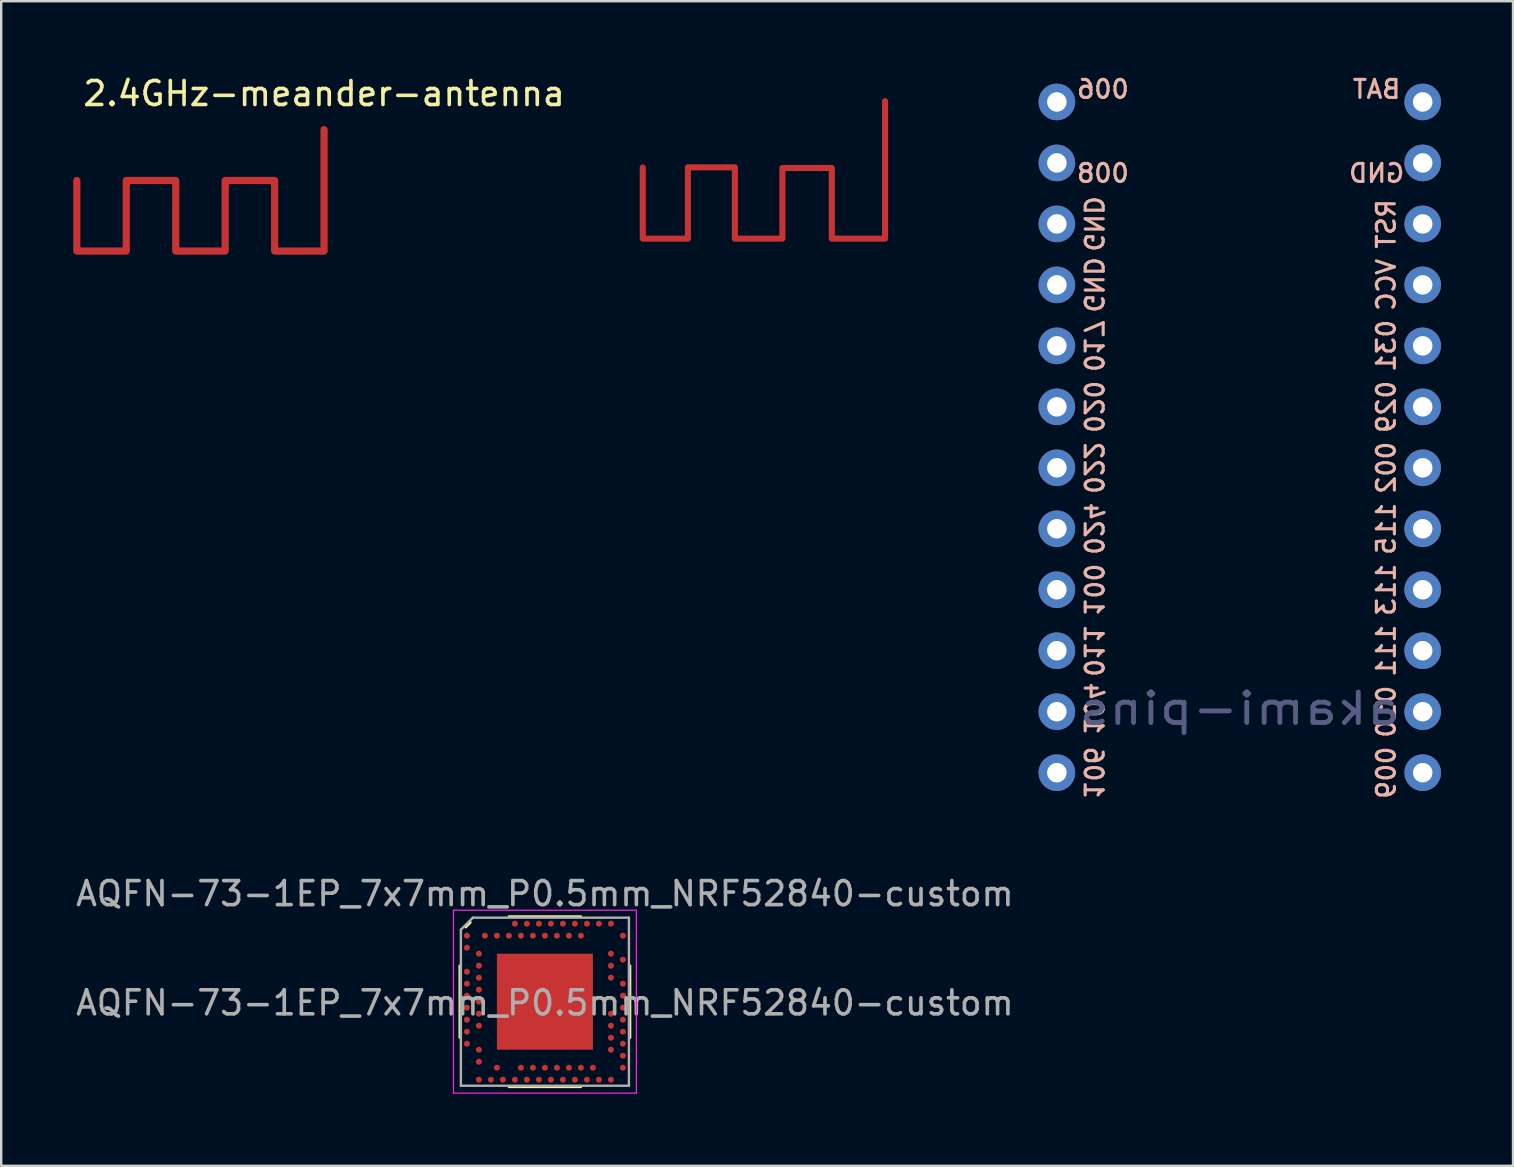
<source format=kicad_pcb>
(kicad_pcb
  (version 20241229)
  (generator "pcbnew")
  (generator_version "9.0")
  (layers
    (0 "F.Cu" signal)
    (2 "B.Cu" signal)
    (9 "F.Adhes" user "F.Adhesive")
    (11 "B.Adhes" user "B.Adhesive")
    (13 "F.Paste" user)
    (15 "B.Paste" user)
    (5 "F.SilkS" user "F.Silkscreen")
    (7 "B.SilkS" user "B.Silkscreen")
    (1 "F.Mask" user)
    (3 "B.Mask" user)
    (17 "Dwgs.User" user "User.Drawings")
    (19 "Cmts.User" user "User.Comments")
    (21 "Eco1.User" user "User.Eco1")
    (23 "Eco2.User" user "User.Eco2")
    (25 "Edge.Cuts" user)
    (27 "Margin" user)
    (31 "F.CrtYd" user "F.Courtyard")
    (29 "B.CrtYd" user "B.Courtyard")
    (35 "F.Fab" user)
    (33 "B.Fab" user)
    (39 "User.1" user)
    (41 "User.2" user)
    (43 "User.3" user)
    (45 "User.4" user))
  (footprint "AQFN-73-1EP_7x7mm_P0.5mm_NRF52840-custom"
    (layer "F.Cu")
    (at 19.649 38.677)
    (property "Reference" "AQFN-73-1EP_7x7mm_P0.5mm_NRF52840-custom" (at 0 -4.5 0) (layer "F.Fab") (effects (font (size 1 1) (thickness 0.15))))
    (attr smd)
    (fp_line (start -3.55 1.5) (end -3.55 -1.5) (stroke (width 0.1) (type solid)) (layer "F.SilkS"))
    (fp_line (start -3.3 -3.1) (end -3.1 -3.3) (stroke (width 0.1) (type solid)) (layer "F.SilkS"))
    (fp_line (start -1.5 -3.55) (end 1.5 -3.55) (stroke (width 0.1) (type solid)) (layer "F.SilkS"))
    (fp_line (start 1.5 3.55) (end -1.5 3.55) (stroke (width 0.1) (type solid)) (layer "F.SilkS"))
    (fp_line (start 3.55 -1.5) (end 3.55 1.5) (stroke (width 0.1) (type solid)) (layer "F.SilkS"))
    (fp_line (start -3.81 -3.81) (end 3.81 -3.81) (stroke (width 0.05) (type solid)) (layer "F.CrtYd"))
    (fp_line (start -3.81 3.81) (end -3.81 -3.81) (stroke (width 0.05) (type solid)) (layer "F.CrtYd"))
    (fp_line (start 3.81 -3.81) (end 3.81 3.81) (stroke (width 0.05) (type solid)) (layer "F.CrtYd"))
    (fp_line (start 3.81 3.81) (end -3.81 3.81) (stroke (width 0.05) (type solid)) (layer "F.CrtYd"))
    (fp_line (start -3.5 -3) (end -3.5 3.5) (stroke (width 0.1) (type solid)) (layer "F.Fab"))
    (fp_line (start -3.5 -3) (end -3 -3.5) (stroke (width 0.1) (type solid)) (layer "F.Fab"))
    (fp_line (start -3.5 3.5) (end 3.5 3.5) (stroke (width 0.1) (type solid)) (layer "F.Fab"))
    (fp_line (start -3 -3.5) (end 3.5 -3.5) (stroke (width 0.1) (type solid)) (layer "F.Fab"))
    (fp_line (start 3.5 -3.5) (end 3.5 3.5) (stroke (width 0.1) (type solid)) (layer "F.Fab"))
    (fp_text user "${REFERENCE}" (at 0 0.05 0) (layer "F.Fab") (effects (font (size 1 1) (thickness 0.15))))
    (pad "" smd roundrect (at -1.5 -1.5 180) (size 0.575 0.575) (layers "F.Paste") (roundrect_rratio 0.15))
    (pad "" smd roundrect (at -1.5 -0.5 180) (size 0.575 0.575) (layers "F.Paste") (roundrect_rratio 0.15))
    (pad "" smd roundrect (at -1.5 0.5 180) (size 0.575 0.575) (layers "F.Paste") (roundrect_rratio 0.15))
    (pad "" smd roundrect (at -1.5 1.5 180) (size 0.575 0.575) (layers "F.Paste") (roundrect_rratio 0.15))
    (pad "" smd roundrect (at -0.5 -1.5 180) (size 0.575 0.575) (layers "F.Paste") (roundrect_rratio 0.15))
    (pad "" smd roundrect (at -0.5 -0.5 180) (size 0.575 0.575) (layers "F.Paste") (roundrect_rratio 0.15))
    (pad "" smd roundrect (at -0.5 0.5 180) (size 0.575 0.575) (layers "F.Paste") (roundrect_rratio 0.15))
    (pad "" smd roundrect (at -0.5 1.5 180) (size 0.575 0.575) (layers "F.Paste") (roundrect_rratio 0.15))
    (pad "" smd roundrect (at 0.5 -1.5 180) (size 0.575 0.575) (layers "F.Paste") (roundrect_rratio 0.15))
    (pad "" smd roundrect (at 0.5 -0.5 180) (size 0.575 0.575) (layers "F.Paste") (roundrect_rratio 0.15))
    (pad "" smd roundrect (at 0.5 0.5 180) (size 0.575 0.575) (layers "F.Paste") (roundrect_rratio 0.15))
    (pad "" smd roundrect (at 0.5 1.5 180) (size 0.575 0.575) (layers "F.Paste") (roundrect_rratio 0.15))
    (pad "" smd roundrect (at 1.5 -1.5 180) (size 0.575 0.575) (layers "F.Paste") (roundrect_rratio 0.15))
    (pad "" smd roundrect (at 1.5 -0.5 180) (size 0.575 0.575) (layers "F.Paste") (roundrect_rratio 0.15))
    (pad "" smd roundrect (at 1.5 0.5 180) (size 0.575 0.575) (layers "F.Paste") (roundrect_rratio 0.15))
    (pad "" smd roundrect (at 1.5 1.5 180) (size 0.575 0.575) (layers "F.Paste") (roundrect_rratio 0.15))
    (pad "A8" smd circle (at -1.25 -3.25 180) (size 0.25 0.25) (layers "F.Cu" "F.Mask" "F.Paste"))
    (pad "A10" smd circle (at -0.75 -3.25 180) (size 0.25 0.25) (layers "F.Cu" "F.Mask" "F.Paste"))
    (pad "A12" smd circle (at -0.25 -3.25 180) (size 0.25 0.25) (layers "F.Cu" "F.Mask" "F.Paste"))
    (pad "A14" smd circle (at 0.25 -3.25 180) (size 0.25 0.25) (layers "F.Cu" "F.Mask" "F.Paste"))
    (pad "A16" smd circle (at 0.75 -3.25 180) (size 0.25 0.25) (layers "F.Cu" "F.Mask" "F.Paste"))
    (pad "A18" smd circle (at 1.25 -3.25 180) (size 0.25 0.25) (layers "F.Cu" "F.Mask" "F.Paste"))
    (pad "A20" smd circle (at 1.75 -3.25 180) (size 0.25 0.25) (layers "F.Cu" "F.Mask" "F.Paste"))
    (pad "A22" smd circle (at 2.25 -3.25 180) (size 0.25 0.25) (layers "F.Cu" "F.Mask" "F.Paste"))
    (pad "A23" smd circle (at 2.75 -3.25 180) (size 0.25 0.25) (layers "F.Cu" "F.Mask" "F.Paste"))
    (pad "AA24" smd circle (at 3.25 2.25 180) (size 0.25 0.25) (layers "F.Cu" "F.Mask" "F.Paste"))
    (pad "AB2" smd circle (at -2.75 2.5 180) (size 0.25 0.25) (layers "F.Cu" "F.Mask" "F.Paste"))
    (pad "AC5" smd circle (at -2 2.75 180) (size 0.25 0.25) (layers "F.Cu" "F.Mask" "F.Paste"))
    (pad "AC9" smd circle (at -1 2.75 180) (size 0.25 0.25) (layers "F.Cu" "F.Mask" "F.Paste"))
    (pad "AC11" smd circle (at -0.5 2.75 180) (size 0.25 0.25) (layers "F.Cu" "F.Mask" "F.Paste"))
    (pad "AC13" smd circle (at 0 2.75 180) (size 0.25 0.25) (layers "F.Cu" "F.Mask" "F.Paste"))
    (pad "AC15" smd circle (at 0.5 2.75 180) (size 0.25 0.25) (layers "F.Cu" "F.Mask" "F.Paste"))
    (pad "AC17" smd circle (at 1 2.75 180) (size 0.25 0.25) (layers "F.Cu" "F.Mask" "F.Paste"))
    (pad "AC19" smd circle (at 1.5 2.75 180) (size 0.25 0.25) (layers "F.Cu" "F.Mask" "F.Paste"))
    (pad "AC21" smd circle (at 2 2.75 180) (size 0.25 0.25) (layers "F.Cu" "F.Mask" "F.Paste"))
    (pad "AC24" smd circle (at 3.25 2.75 180) (size 0.25 0.25) (layers "F.Cu" "F.Mask" "F.Paste"))
    (pad "AD2" smd circle (at -2.75 3.25 180) (size 0.25 0.25) (layers "F.Cu" "F.Mask" "F.Paste"))
    (pad "AD4" smd circle (at -2.25 3.25 180) (size 0.25 0.25) (layers "F.Cu" "F.Mask" "F.Paste"))
    (pad "AD6" smd circle (at -1.75 3.25 180) (size 0.25 0.25) (layers "F.Cu" "F.Mask" "F.Paste"))
    (pad "AD8" smd circle (at -1.25 3.25 180) (size 0.25 0.25) (layers "F.Cu" "F.Mask" "F.Paste"))
    (pad "AD10" smd circle (at -0.75 3.25 180) (size 0.25 0.25) (layers "F.Cu" "F.Mask" "F.Paste"))
    (pad "AD12" smd circle (at -0.25 3.25 180) (size 0.25 0.25) (layers "F.Cu" "F.Mask" "F.Paste"))
    (pad "AD14" smd circle (at 0.25 3.25 180) (size 0.25 0.25) (layers "F.Cu" "F.Mask" "F.Paste"))
    (pad "AD16" smd circle (at 0.75 3.25 180) (size 0.25 0.25) (layers "F.Cu" "F.Mask" "F.Paste"))
    (pad "AD18" smd circle (at 1.25 3.25 180) (size 0.25 0.25) (layers "F.Cu" "F.Mask" "F.Paste"))
    (pad "AD20" smd circle (at 1.75 3.25 180) (size 0.25 0.25) (layers "F.Cu" "F.Mask" "F.Paste"))
    (pad "AD22" smd circle (at 2.25 3.25 180) (size 0.25 0.25) (layers "F.Cu" "F.Mask" "F.Paste"))
    (pad "AD23" smd circle (at 2.75 3.25 180) (size 0.25 0.25) (layers "F.Cu" "F.Mask" "F.Paste"))
    (pad "B1" smd circle (at -3.25 -2.75 180) (size 0.25 0.25) (layers "F.Cu" "F.Mask" "F.Paste"))
    (pad "B3" smd circle (at -2.5 -2.75 180) (size 0.25 0.25) (layers "F.Cu" "F.Mask" "F.Paste"))
    (pad "B5" smd circle (at -2 -2.75 180) (size 0.25 0.25) (layers "F.Cu" "F.Mask" "F.Paste"))
    (pad "B7" smd circle (at -1.5 -2.75 180) (size 0.25 0.25) (layers "F.Cu" "F.Mask" "F.Paste"))
    (pad "B9" smd circle (at -1 -2.75 180) (size 0.25 0.25) (layers "F.Cu" "F.Mask" "F.Paste"))
    (pad "B11" smd circle (at -0.5 -2.75 180) (size 0.25 0.25) (layers "F.Cu" "F.Mask" "F.Paste"))
    (pad "B13" smd circle (at 0 -2.75 180) (size 0.25 0.25) (layers "F.Cu" "F.Mask" "F.Paste"))
    (pad "B15" smd circle (at 0.5 -2.75 180) (size 0.25 0.25) (layers "F.Cu" "F.Mask" "F.Paste"))
    (pad "B17" smd circle (at 1 -2.75 180) (size 0.25 0.25) (layers "F.Cu" "F.Mask" "F.Paste"))
    (pad "B19" smd circle (at 1.5 -2.75 180) (size 0.25 0.25) (layers "F.Cu" "F.Mask" "F.Paste"))
    (pad "B24" smd circle (at 3.25 -2.75 180) (size 0.25 0.25) (layers "F.Cu" "F.Mask" "F.Paste"))
    (pad "C1" smd circle (at -3.25 -2.25 180) (size 0.25 0.25) (layers "F.Cu" "F.Mask" "F.Paste"))
    (pad "D2" smd circle (at -2.75 -2 180) (size 0.25 0.25) (layers "F.Cu" "F.Mask" "F.Paste"))
    (pad "D23" smd circle (at 2.75 -2 180) (size 0.25 0.25) (layers "F.Cu" "F.Mask" "F.Paste"))
    (pad "E24" smd circle (at 3.25 -1.75 180) (size 0.25 0.25) (layers "F.Cu" "F.Mask" "F.Paste"))
    (pad "EP" smd rect (at 0 0 180) (size 4 4) (layers "F.Cu" "F.Mask"))
    (pad "F2" smd circle (at -2.75 -1.5 180) (size 0.25 0.25) (layers "F.Cu" "F.Mask" "F.Paste"))
    (pad "F23" smd circle (at 2.75 -1.5 180) (size 0.25 0.25) (layers "F.Cu" "F.Mask" "F.Paste"))
    (pad "G1" smd circle (at -3.25 -1.25 180) (size 0.25 0.25) (layers "F.Cu" "F.Mask" "F.Paste"))
    (pad "H2" smd circle (at -2.75 -1 180) (size 0.25 0.25) (layers "F.Cu" "F.Mask" "F.Paste"))
    (pad "H23" smd circle (at 2.75 -1 180) (size 0.25 0.25) (layers "F.Cu" "F.Mask" "F.Paste"))
    (pad "J1" smd circle (at -3.25 -0.75 180) (size 0.25 0.25) (layers "F.Cu" "F.Mask" "F.Paste"))
    (pad "J24" smd circle (at 3.25 -0.75 180) (size 0.25 0.25) (layers "F.Cu" "F.Mask" "F.Paste"))
    (pad "K2" smd circle (at -2.75 -0.5 180) (size 0.25 0.25) (layers "F.Cu" "F.Mask" "F.Paste"))
    (pad "L1" smd circle (at -3.25 -0.25 180) (size 0.25 0.25) (layers "F.Cu" "F.Mask" "F.Paste"))
    (pad "L24" smd circle (at 3.25 -0.25 180) (size 0.25 0.25) (layers "F.Cu" "F.Mask" "F.Paste"))
    (pad "M2" smd circle (at -2.75 0 180) (size 0.25 0.25) (layers "F.Cu" "F.Mask" "F.Paste"))
    (pad "N1" smd circle (at -3.25 0.25 180) (size 0.25 0.25) (layers "F.Cu" "F.Mask" "F.Paste"))
    (pad "N24" smd circle (at 3.25 0.25 180) (size 0.25 0.25) (layers "F.Cu" "F.Mask" "F.Paste"))
    (pad "P2" smd circle (at -2.75 0.5 180) (size 0.25 0.25) (layers "F.Cu" "F.Mask" "F.Paste"))
    (pad "P23" smd circle (at 2.75 0.5 180) (size 0.25 0.25) (layers "F.Cu" "F.Mask" "F.Paste"))
    (pad "R1" smd circle (at -3.25 0.75 180) (size 0.25 0.25) (layers "F.Cu" "F.Mask" "F.Paste"))
    (pad "R24" smd circle (at 3.25 0.75 180) (size 0.25 0.25) (layers "F.Cu" "F.Mask" "F.Paste"))
    (pad "T2" smd circle (at -2.75 1 180) (size 0.25 0.25) (layers "F.Cu" "F.Mask" "F.Paste"))
    (pad "T23" smd circle (at 2.75 1 180) (size 0.25 0.25) (layers "F.Cu" "F.Mask" "F.Paste"))
    (pad "U1" smd circle (at -3.25 1.25 180) (size 0.25 0.25) (layers "F.Cu" "F.Mask" "F.Paste"))
    (pad "U24" smd circle (at 3.25 1.25 180) (size 0.25 0.25) (layers "F.Cu" "F.Mask" "F.Paste"))
    (pad "V23" smd circle (at 2.75 1.5 180) (size 0.25 0.25) (layers "F.Cu" "F.Mask" "F.Paste"))
    (pad "W1" smd circle (at -3.25 1.75 180) (size 0.25 0.25) (layers "F.Cu" "F.Mask" "F.Paste"))
    (pad "W24" smd circle (at 3.25 1.75 180) (size 0.25 0.25) (layers "F.Cu" "F.Mask" "F.Paste"))
    (pad "Y2" smd circle (at -2.75 2 180) (size 0.25 0.25) (layers "F.Cu" "F.Mask" "F.Paste"))
    (pad "Y23" smd circle (at 2.75 2 180) (size 0.25 0.25) (layers "F.Cu" "F.Mask" "F.Paste")))
  (footprint "2.4GHz-meander-antenna"
    (layer "F.Cu")
    (at 10.45 2.348)
    (property "Reference" "2.4GHz-meander-antenna" (at 0 -1.5 0) (unlocked yes) (layer "F.SilkS") (effects (font (size 1 1) (thickness 0.15))))
    (pad "1" smd custom (at 0 0) (size 0.3 0.3) (layers "F.Cu") (options (anchor circle)) (primitives (gr_line (start 0 0) (end 0 5.06) (width 0.3)) (gr_line (start 0 5.06) (end -2.06 5.06) (width 0.3)) (gr_line (start -2.06 5.06) (end -2.06 2.12) (width 0.3)) (gr_line (start -2.06 2.12) (end -4.12 2.12) (width 0.3)) (gr_line (start -4.12 2.12) (end -4.12 5.06) (width 0.3)) (gr_line (start -4.12 5.06) (end -6.18 5.06) (width 0.3)) (gr_line (start -6.18 5.06) (end -6.18 2.12) (width 0.3)) (gr_line (start -6.18 2.12) (end -8.24 2.12) (width 0.3)) (gr_line (start -8.24 2.12) (end -8.24 5.06) (width 0.3)) (gr_line (start -8.24 5.06) (end -10.3 5.06) (width 0.3)) (gr_line (start -10.3 5.06) (end -10.3 2.12) (width 0.3)))))
  (footprint "2.4GHz-meander-antenna-v2"
    (layer "F.Cu")
    (at 33.818 1.163)
    (property "Reference" "2.4GHz-meander-antenna-v2" (at -0.1 -0.9 0) (unlocked yes) (layer "Eco2.User") (effects (font (size 0.3 0.3) (thickness 0.05))))
    (pad "1" smd custom (at 0 0) (size 0.254 0.254) (layers "F.Cu") (options (anchor circle)) (primitives (gr_line (start 0 0) (end 0 5.727) (width 0.254)) (gr_line (start 0 5.727) (end -2.218 5.727) (width 0.254)) (gr_line (start -2.218 5.727) (end -2.218 2.784) (width 0.254)) (gr_line (start -2.218 2.784) (end -4.275 2.784) (width 0.254)) (gr_line (start -4.275 5.727) (end -4.275 2.784) (width 0.254)) (gr_line (start -4.275 5.727) (end -6.256 5.727) (width 0.254)) (gr_line (start -6.256 5.727) (end -6.256 2.758) (width 0.254)) (gr_line (start -6.256 2.758) (end -8.212 2.758) (width 0.254)) (gr_line (start -8.212 5.727) (end -8.212 2.758) (width 0.254)) (gr_line (start -8.212 5.727) (end -10.092 5.727) (width 0.254)) (gr_line (start -10.092 5.727) (end -10.092 2.763) (width 0.254)))))
  (footprint "akami-pins"
    (layer "F.Cu")
    (at 48.595 15.167)
    (property "Reference" "akami-pins" (at 0 11.303 0) (layer "B.Fab") (effects (font (size 1.27 1.524) (thickness 0.203)) (justify mirror)))
    (attr through_hole)
    (fp_text user "BAT" (at 5.7 -14.5 0) (unlocked yes) (layer "B.SilkS") (effects (font (size 0.75 0.75) (thickness 0.13)) (justify mirror)))
    (fp_text user "029" (at 6.1 -1.27 90) (unlocked yes) (layer "B.SilkS") (effects (font (size 0.75 0.75) (thickness 0.13)) (justify mirror)))
    (fp_text user "011" (at -6.1 8.89 270) (unlocked yes) (layer "B.SilkS") (effects (font (size 0.75 0.75) (thickness 0.13)) (justify mirror)))
    (fp_text user "GND" (at -6.1 -6.35 270) (unlocked yes) (layer "B.SilkS") (effects (font (size 0.75 0.75) (thickness 0.13)) (justify mirror)))
    (fp_text user "017" (at -6.1 -3.81 270) (unlocked yes) (layer "B.SilkS") (effects (font (size 0.75 0.75) (thickness 0.13)) (justify mirror)))
    (fp_text user "GND" (at 5.7 -11 0) (unlocked yes) (layer "B.SilkS") (effects (font (size 0.75 0.75) (thickness 0.13)) (justify mirror)))
    (fp_text user "104" (at -6.1 11.303 270) (unlocked yes) (layer "B.SilkS") (effects (font (size 0.75 0.75) (thickness 0.13)) (justify mirror)))
    (fp_text user "020" (at -6.1 -1.27 270) (unlocked yes) (layer "B.SilkS") (effects (font (size 0.75 0.75) (thickness 0.13)) (justify mirror)))
    (fp_text user "022" (at -6.1 1.27 270) (unlocked yes) (layer "B.SilkS") (effects (font (size 0.75 0.75) (thickness 0.13)) (justify mirror)))
    (fp_text user "111" (at 6.1 8.89 90) (unlocked yes) (layer "B.SilkS") (effects (font (size 0.75 0.75) (thickness 0.13)) (justify mirror)))
    (fp_text user "115" (at 6.1 3.81 90) (unlocked yes) (layer "B.SilkS") (effects (font (size 0.75 0.75) (thickness 0.13)) (justify mirror)))
    (fp_text user "024" (at -6.1 3.81 270) (unlocked yes) (layer "B.SilkS") (effects (font (size 0.75 0.75) (thickness 0.13)) (justify mirror)))
    (fp_text user "008" (at -5.7 -11 0) (unlocked yes) (layer "B.SilkS") (effects (font (size 0.75 0.75) (thickness 0.13)) (justify mirror)))
    (fp_text user "113" (at 6.1 6.35 90) (unlocked yes) (layer "B.SilkS") (effects (font (size 0.75 0.75) (thickness 0.13)) (justify mirror)))
    (fp_text user "100" (at -6.1 6.35 270) (unlocked yes) (layer "B.SilkS") (effects (font (size 0.75 0.75) (thickness 0.13)) (justify mirror)))
    (fp_text user "002" (at 6.1 1.27 90) (unlocked yes) (layer "B.SilkS") (effects (font (size 0.75 0.75) (thickness 0.13)) (justify mirror)))
    (fp_text user "RST" (at 6.1 -8.89 90) (unlocked yes) (layer "B.SilkS") (effects (font (size 0.75 0.75) (thickness 0.13)) (justify mirror)))
    (fp_text user "VCC" (at 6.1 -6.35 90) (unlocked yes) (layer "B.SilkS") (effects (font (size 0.75 0.75) (thickness 0.13)) (justify mirror)))
    (fp_text user "010" (at 6.1 11.43 90) (unlocked yes) (layer "B.SilkS") (effects (font (size 0.75 0.75) (thickness 0.13)) (justify mirror)))
    (fp_text user "009" (at 6.1 13.97 90) (unlocked yes) (layer "B.SilkS") (effects (font (size 0.75 0.75) (thickness 0.13)) (justify mirror)))
    (fp_text user "GND" (at -6.1 -8.89 270) (unlocked yes) (layer "B.SilkS") (effects (font (size 0.75 0.75) (thickness 0.13)) (justify mirror)))
    (fp_text user "106" (at -6.1 13.97 270) (unlocked yes) (layer "B.SilkS") (effects (font (size 0.75 0.75) (thickness 0.13)) (justify mirror)))
    (fp_text user "031" (at 6.1 -3.81 90) (unlocked yes) (layer "B.SilkS") (effects (font (size 0.75 0.75) (thickness 0.13)) (justify mirror)))
    (fp_text user "006" (at -5.7 -14.5 0) (unlocked yes) (layer "B.SilkS") (effects (font (size 0.75 0.75) (thickness 0.13)) (justify mirror)))
    (pad "1" thru_hole circle (at -7.62 -13.97) (size 1.524 1.524) (drill 0.813) (layers "*.Cu" "*.Mask"))
    (pad "2" thru_hole circle (at -7.62 -11.43) (size 1.524 1.524) (drill 0.813) (layers "*.Cu" "*.Mask"))
    (pad "3" thru_hole circle (at -7.62 -8.89) (size 1.524 1.524) (drill 0.813) (layers "*.Cu" "*.Mask"))
    (pad "4" thru_hole circle (at -7.62 -6.35) (size 1.524 1.524) (drill 0.813) (layers "*.Cu" "*.Mask"))
    (pad "5" thru_hole circle (at -7.62 -3.81) (size 1.524 1.524) (drill 0.813) (layers "*.Cu" "*.Mask"))
    (pad "6" thru_hole circle (at -7.62 -1.27) (size 1.524 1.524) (drill 0.813) (layers "*.Cu" "*.Mask"))
    (pad "7" thru_hole circle (at -7.62 1.27) (size 1.524 1.524) (drill 0.813) (layers "*.Cu" "*.Mask"))
    (pad "8" thru_hole circle (at -7.62 3.81) (size 1.524 1.524) (drill 0.813) (layers "*.Cu" "*.Mask"))
    (pad "9" thru_hole circle (at -7.62 6.35) (size 1.524 1.524) (drill 0.813) (layers "*.Cu" "*.Mask"))
    (pad "10" thru_hole circle (at -7.62 8.89) (size 1.524 1.524) (drill 0.813) (layers "*.Cu" "*.Mask"))
    (pad "11" thru_hole circle (at -7.62 11.43) (size 1.524 1.524) (drill 0.813) (layers "*.Cu" "*.Mask"))
    (pad "12" thru_hole circle (at -7.62 13.97) (size 1.524 1.524) (drill 0.813) (layers "*.Cu" "*.Mask"))
    (pad "13" thru_hole circle (at 7.62 13.97) (size 1.524 1.524) (drill 0.813) (layers "*.Cu" "*.Mask"))
    (pad "14" thru_hole circle (at 7.62 11.43) (size 1.524 1.524) (drill 0.813) (layers "*.Cu" "*.Mask"))
    (pad "15" thru_hole circle (at 7.62 8.89) (size 1.524 1.524) (drill 0.813) (layers "*.Cu" "*.Mask"))
    (pad "16" thru_hole circle (at 7.62 6.35) (size 1.524 1.524) (drill 0.813) (layers "*.Cu" "*.Mask"))
    (pad "17" thru_hole circle (at 7.62 3.81) (size 1.524 1.524) (drill 0.813) (layers "*.Cu" "*.Mask"))
    (pad "18" thru_hole circle (at 7.62 1.27) (size 1.524 1.524) (drill 0.813) (layers "*.Cu" "*.Mask"))
    (pad "19" thru_hole circle (at 7.62 -1.27) (size 1.524 1.524) (drill 0.813) (layers "*.Cu" "*.Mask"))
    (pad "20" thru_hole circle (at 7.62 -3.81) (size 1.524 1.524) (drill 0.813) (layers "*.Cu" "*.Mask"))
    (pad "21" thru_hole circle (at 7.62 -6.35) (size 1.524 1.524) (drill 0.813) (layers "*.Cu" "*.Mask"))
    (pad "22" thru_hole circle (at 7.62 -8.89) (size 1.524 1.524) (drill 0.813) (layers "*.Cu" "*.Mask"))
    (pad "23" thru_hole circle (at 7.62 -11.43) (size 1.524 1.524) (drill 0.813) (layers "*.Cu" "*.Mask"))
    (pad "24" thru_hole circle (at 7.62 -13.97) (size 1.524 1.524) (drill 0.813) (layers "*.Cu" "*.Mask")))
  (gr_rect
    (start -3 -3)
    (end 59.977 45.512)
    (stroke (width 0.1) (type default))
    (fill no)
    (layer "Edge.Cuts")))
</source>
